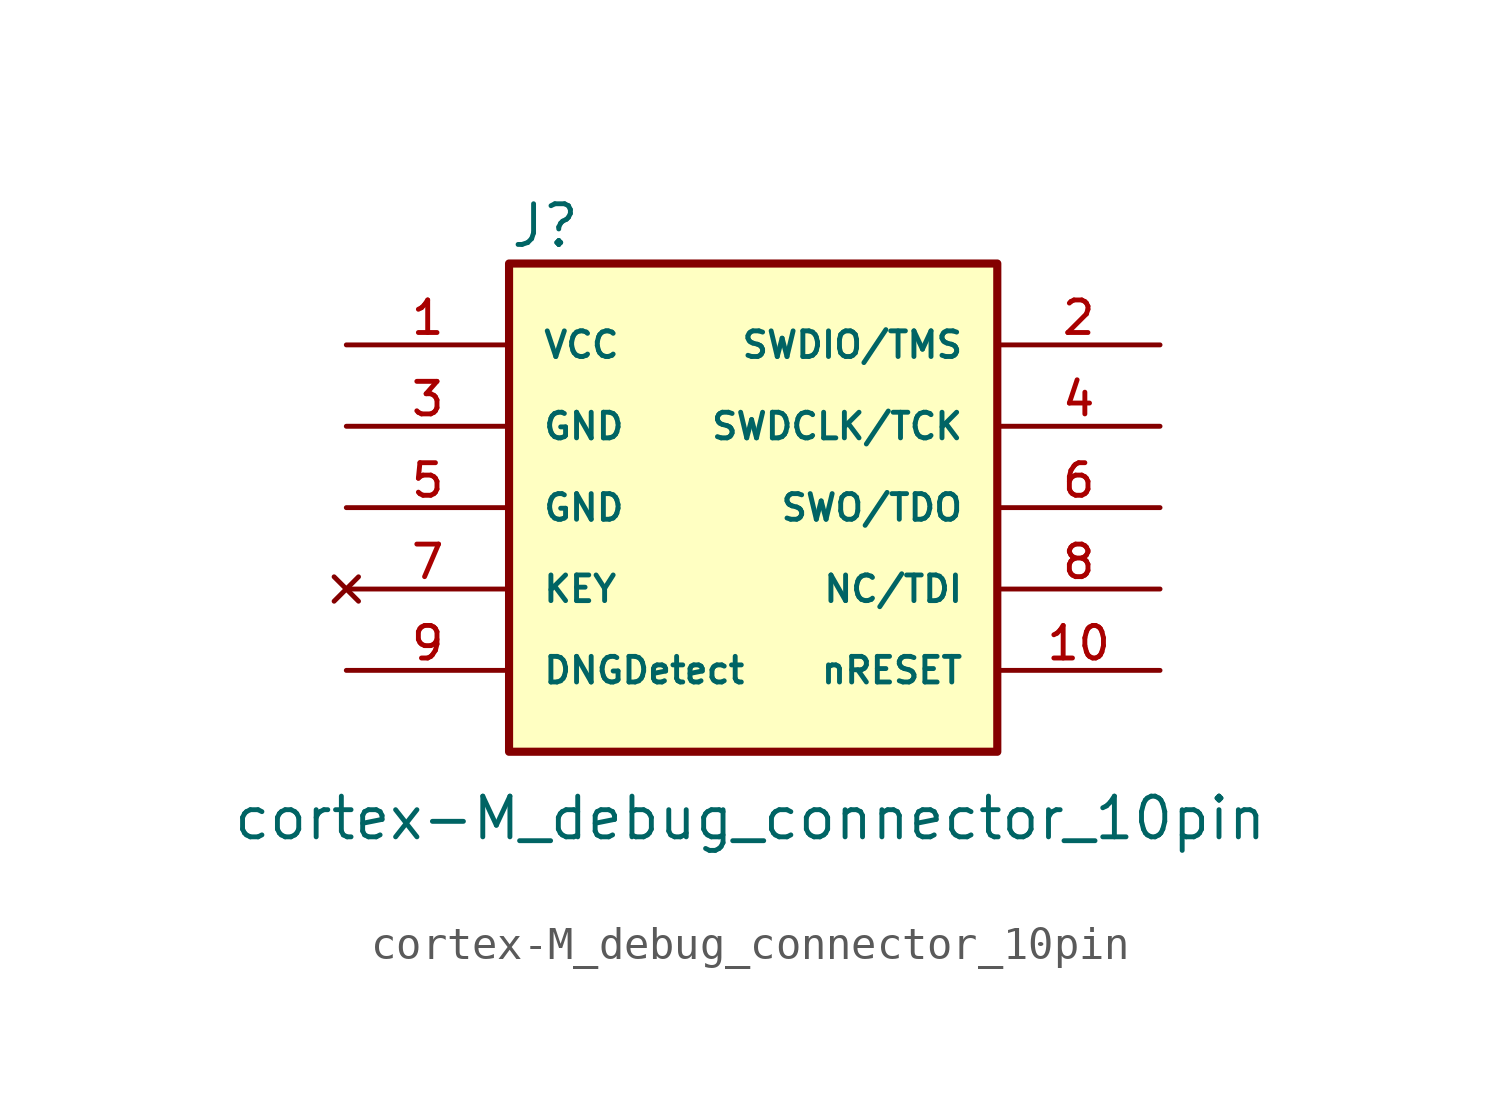
<source format=kicad_sym>
(kicad_symbol_lib
  (version 20220914)
  (generator kicad_symbol_editor)
  (symbol "cortex-M_debug_connector_10pin"
    (pin_names
      (offset 1.016))
    (property "Reference" "J"
      (at -7.62 8.052 0)
      (effects (font (size 1.27 1.27)) (justify left bottom)))
    (property "Value" "cortex-M_debug_connector_10pin"
      (at -16.281 -10.439 0)
      (effects (font (size 1.27 1.27)) (justify left bottom)))
    (symbol "cortex-M_debug_connector_10pin_0_0"
      (rectangle (start -7.62 7.62) (end 7.62 -7.62) (stroke (width 0.254) (type default)) (fill (type background))))
    (symbol "cortex-M_debug_connector_10pin_1_0"
      (pin passive line (at -12.7 5.08 0) (length 5.08) (name "VCC" (effects (font (size 0.8 0.8)))) (number "1" (effects (font (size 1.016 1.016)))))
      (pin passive line (at 12.7 -5.08 180) (length 5.08) (name "nRESET" (effects (font (size 0.8 0.8)))) (number "10" (effects (font (size 1.016 1.016)))))
      (pin passive line (at 12.7 5.08 180) (length 5.08) (name "SWDIO/TMS" (effects (font (size 0.8 0.8)))) (number "2" (effects (font (size 1.016 1.016)))))
      (pin passive line (at -12.7 2.54 0) (length 5.08) (name "GND" (effects (font (size 0.8 0.8)))) (number "3" (effects (font (size 1.016 1.016)))))
      (pin passive line (at 12.7 2.54 180) (length 5.08) (name "SWDCLK/TCK" (effects (font (size 0.8 0.8)))) (number "4" (effects (font (size 1.016 1.016)))))
      (pin passive line (at -12.7 0 0) (length 5.08) (name "GND" (effects (font (size 0.8 0.8)))) (number "5" (effects (font (size 1.016 1.016)))))
      (pin passive line (at 12.7 0 180) (length 5.08) (name "SWO/TDO" (effects (font (size 0.8 0.8)))) (number "6" (effects (font (size 1.016 1.016)))))
      (pin no_connect line (at -12.7 -2.54 0) (length 5.08) (name "KEY" (effects (font (size 0.8 0.8)))) (number "7" (effects (font (size 1.016 1.016)))))
      (pin passive line (at 12.7 -2.54 180) (length 5.08) (name "NC/TDI" (effects (font (size 0.8 0.8)))) (number "8" (effects (font (size 1.016 1.016)))))
      (pin passive line (at -12.7 -5.08 0) (length 5.08) (name "DNGDetect" (effects (font (size 0.8 0.8)))) (number "9" (effects (font (size 1.016 1.016))))))))
</source>
